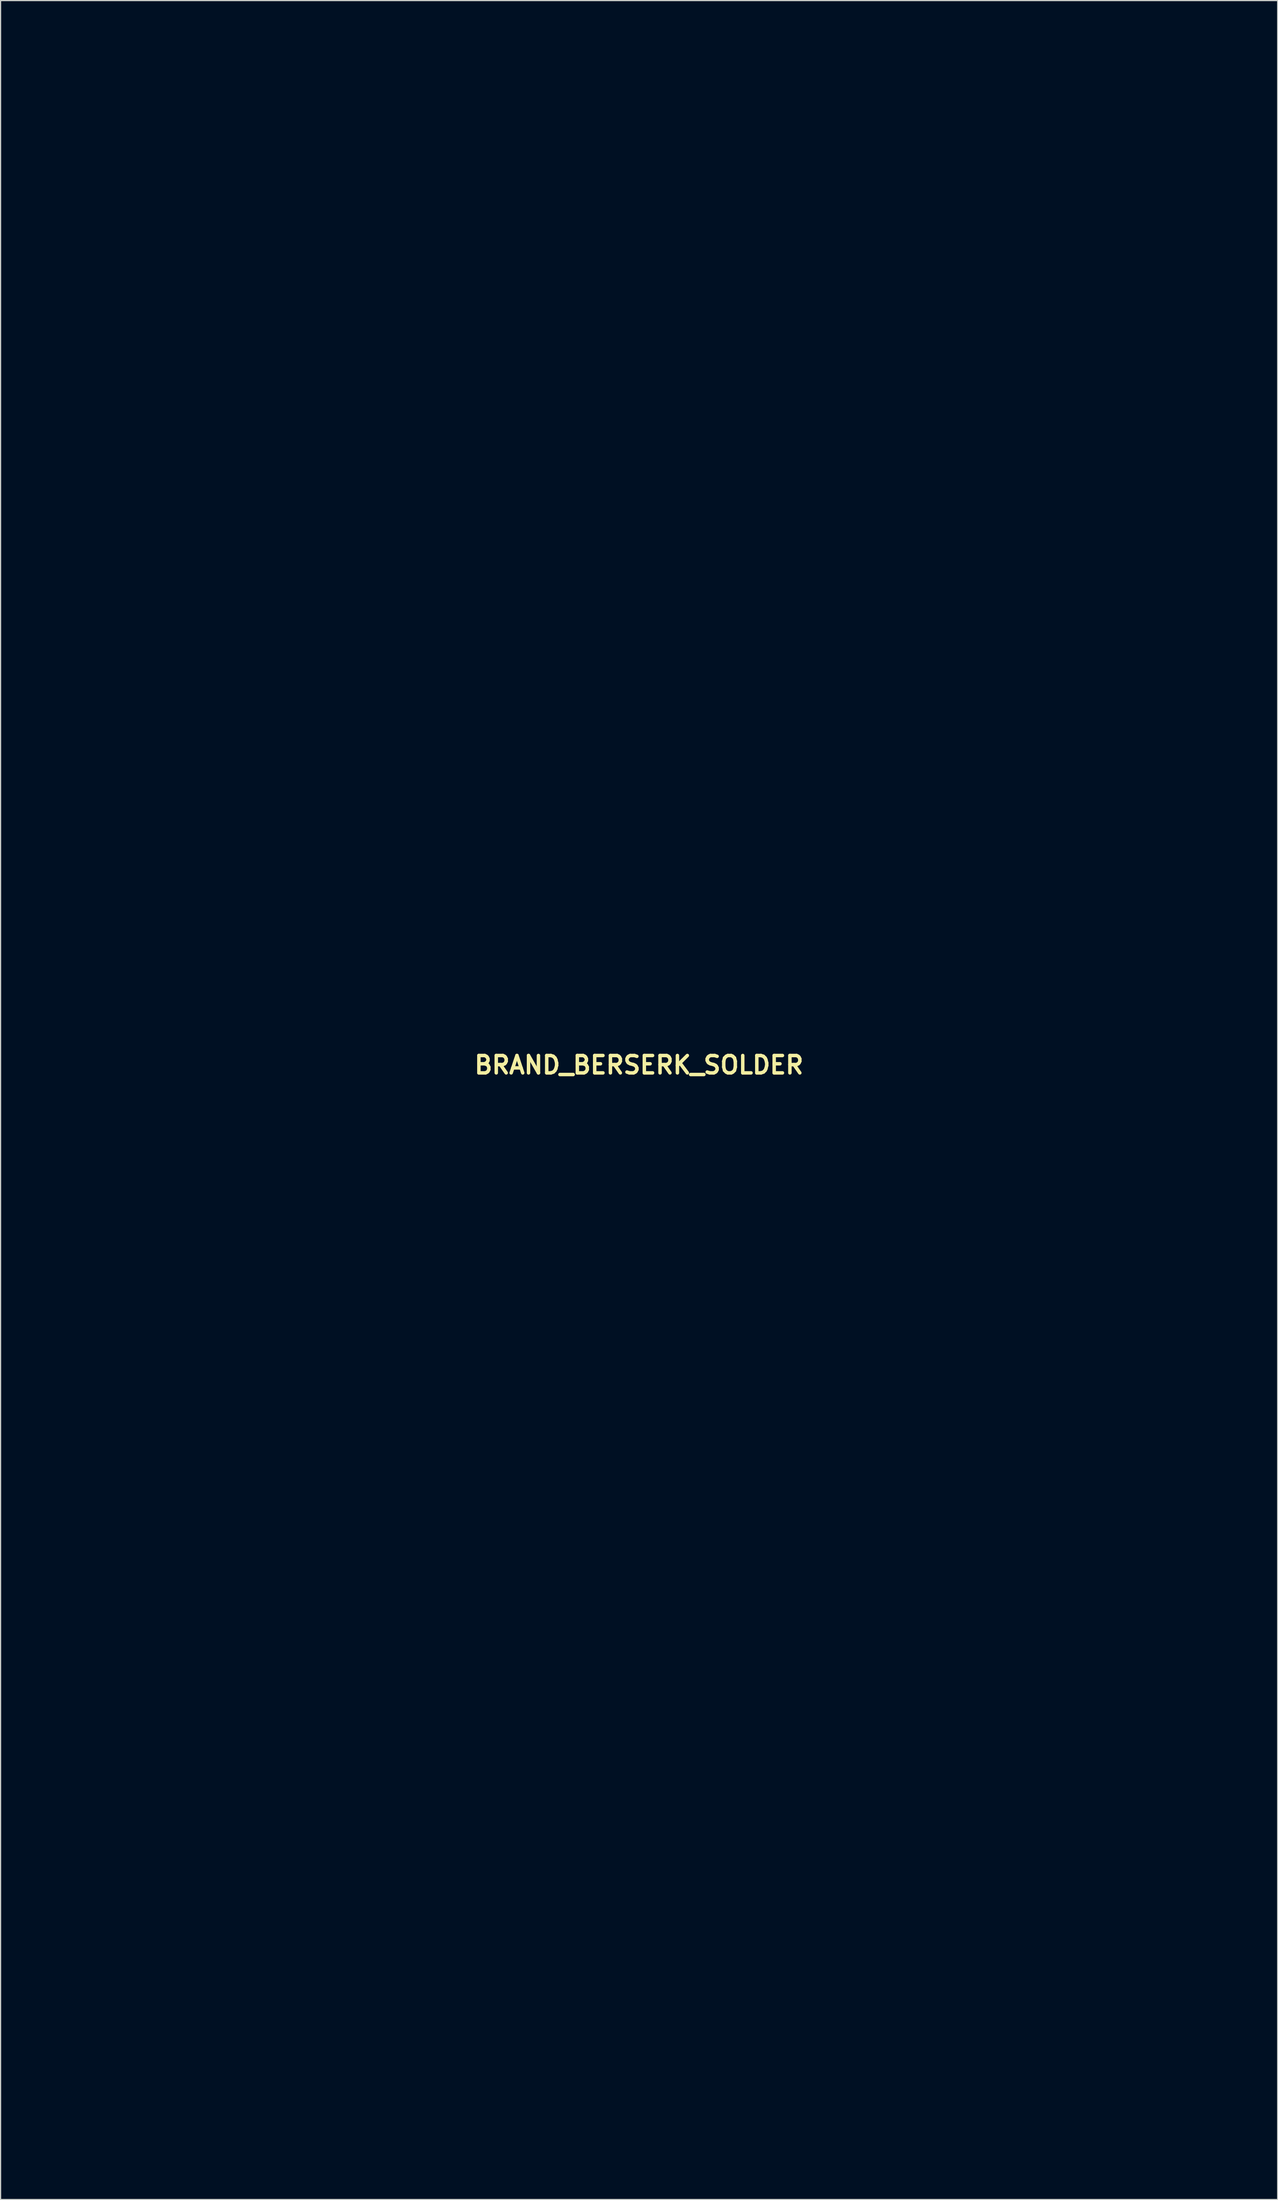
<source format=kicad_pcb>
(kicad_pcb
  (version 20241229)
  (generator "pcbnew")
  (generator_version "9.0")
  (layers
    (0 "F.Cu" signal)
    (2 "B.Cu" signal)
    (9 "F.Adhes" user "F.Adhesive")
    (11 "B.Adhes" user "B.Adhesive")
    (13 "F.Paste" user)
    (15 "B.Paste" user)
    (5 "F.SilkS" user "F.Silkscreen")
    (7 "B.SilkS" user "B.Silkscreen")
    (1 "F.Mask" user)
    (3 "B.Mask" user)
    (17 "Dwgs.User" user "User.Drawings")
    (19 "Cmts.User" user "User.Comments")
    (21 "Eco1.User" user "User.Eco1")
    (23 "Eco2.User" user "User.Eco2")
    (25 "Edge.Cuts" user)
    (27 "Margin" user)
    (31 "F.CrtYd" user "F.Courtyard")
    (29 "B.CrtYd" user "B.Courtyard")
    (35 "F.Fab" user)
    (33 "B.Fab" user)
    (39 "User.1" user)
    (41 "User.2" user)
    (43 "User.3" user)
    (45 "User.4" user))
  (footprint "BRAND_BERSERK_SOLDER"
    (layer "F.Cu")
    (at 52.127 88.858)
    (property "Reference" "BRAND_BERSERK_SOLDER" (at 0 0 0) (layer "F.SilkS") (effects (font (size 1.5 1.5) (thickness 0.3))))
    (attr board_only exclude_from_pos_files exclude_from_bom)
    (fp_poly (pts (xy 0.018 -88.719) (xy 0.071 -88.433) (xy 0.152 -88.016) (xy 0.257 -87.481) (xy 0.384 -86.843) (xy 0.53 -86.118) (xy 0.691 -85.32) (xy 0.864 -84.462) (xy 1.047 -83.561) (xy 1.237 -82.63) (xy 1.43 -81.685) (xy 1.624 -80.74) (xy 1.816 -79.809) (xy 2.002 -78.908) (xy 2.179 -78.051) (xy 2.345 -77.252) (xy 2.497 -76.527) (xy 2.631 -75.889) (xy 2.744 -75.354) (xy 2.834 -74.936) (xy 2.898 -74.65) (xy 2.932 -74.511) (xy 2.936 -74.5) (xy 3.023 -74.527) (xy 3.24 -74.641) (xy 3.575 -74.834) (xy 4.018 -75.099) (xy 4.555 -75.43) (xy 5.176 -75.82) (xy 5.87 -76.261) (xy 6.098 -76.407) (xy 6.746 -76.823) (xy 7.35 -77.207) (xy 7.894 -77.551) (xy 8.364 -77.846) (xy 8.745 -78.083) (xy 9.023 -78.252) (xy 9.182 -78.344) (xy 9.215 -78.358) (xy 9.183 -78.28) (xy 9.077 -78.065) (xy 8.905 -77.728) (xy 8.674 -77.28) (xy 8.39 -76.736) (xy 8.061 -76.108) (xy 7.693 -75.41) (xy 7.293 -74.654) (xy 6.906 -73.926) (xy 6.475 -73.114) (xy 6.065 -72.335) (xy 5.682 -71.603) (xy 5.334 -70.934) (xy 5.03 -70.343) (xy 4.776 -69.844) (xy 4.581 -69.452) (xy 4.452 -69.182) (xy 4.401 -69.062) (xy 4.291 -68.696) (xy 4.194 -68.287) (xy 4.16 -68.103) (xy 4.153 -67.965) (xy 4.148 -67.659) (xy 4.146 -67.186) (xy 4.147 -66.545) (xy 4.151 -65.739) (xy 4.157 -64.769) (xy 4.166 -63.634) (xy 4.178 -62.337) (xy 4.192 -60.877) (xy 4.209 -59.256) (xy 4.228 -57.475) (xy 4.25 -55.534) (xy 4.275 -53.435) (xy 4.302 -51.179) (xy 4.332 -48.765) (xy 4.364 -46.196) (xy 4.399 -43.473) (xy 4.437 -40.595) (xy 4.451 -39.497) (xy 4.48 -37.308) (xy 4.508 -35.153) (xy 4.536 -33.041) (xy 4.563 -30.977) (xy 4.589 -28.968) (xy 4.614 -27.021) (xy 4.638 -25.143) (xy 4.661 -23.34) (xy 4.683 -21.619) (xy 4.704 -19.986) (xy 4.723 -18.449) (xy 4.741 -17.014) (xy 4.757 -15.688) (xy 4.772 -14.477) (xy 4.785 -13.389) (xy 4.796 -12.429) (xy 4.806 -11.605) (xy 4.814 -10.923) (xy 4.819 -10.39) (xy 4.823 -10.013) (xy 4.824 -9.798) (xy 4.824 -9.793) (xy 4.828 -9.297) (xy 4.839 -8.867) (xy 4.854 -8.528) (xy 4.874 -8.306) (xy 4.896 -8.227) (xy 4.897 -8.227) (xy 4.963 -8.288) (xy 5.144 -8.463) (xy 5.435 -8.748) (xy 5.831 -9.137) (xy 6.327 -9.625) (xy 6.918 -10.207) (xy 7.599 -10.878) (xy 8.365 -11.633) (xy 9.21 -12.467) (xy 10.13 -13.375) (xy 11.12 -14.353) (xy 12.174 -15.394) (xy 13.287 -16.495) (xy 14.455 -17.65) (xy 15.672 -18.853) (xy 16.933 -20.101) (xy 18.233 -21.387) (xy 19.568 -22.708) (xy 20.304 -23.437) (xy 35.638 -38.618) (xy 35.438 -39.058) (xy 35.382 -39.176) (xy 35.255 -39.438) (xy 35.06 -39.839) (xy 34.802 -40.369) (xy 34.483 -41.023) (xy 34.108 -41.792) (xy 33.68 -42.67) (xy 33.202 -43.648) (xy 32.679 -44.721) (xy 32.113 -45.88) (xy 31.508 -47.118) (xy 30.867 -48.428) (xy 30.195 -49.802) (xy 29.495 -51.234) (xy 28.77 -52.716) (xy 28.025 -54.241) (xy 27.43 -55.457) (xy 26.474 -57.41) (xy 25.591 -59.216) (xy 24.776 -60.882) (xy 24.027 -62.412) (xy 23.342 -63.813) (xy 22.718 -65.089) (xy 22.153 -66.246) (xy 21.643 -67.291) (xy 21.185 -68.228) (xy 20.778 -69.063) (xy 20.419 -69.802) (xy 20.104 -70.45) (xy 19.832 -71.014) (xy 19.599 -71.497) (xy 19.402 -71.907) (xy 19.24 -72.248) (xy 19.109 -72.526) (xy 19.007 -72.748) (xy 18.931 -72.917) (xy 18.878 -73.041) (xy 18.846 -73.124) (xy 18.832 -73.172) (xy 18.833 -73.191) (xy 18.846 -73.186) (xy 18.87 -73.163) (xy 18.9 -73.128) (xy 18.935 -73.085) (xy 18.95 -73.067) (xy 19.025 -72.977) (xy 19.205 -72.763) (xy 19.484 -72.43) (xy 19.859 -71.984) (xy 20.324 -71.43) (xy 20.874 -70.774) (xy 21.507 -70.021) (xy 22.215 -69.177) (xy 22.996 -68.246) (xy 23.844 -67.236) (xy 24.756 -66.15) (xy 25.725 -64.995) (xy 26.748 -63.776) (xy 27.821 -62.498) (xy 28.938 -61.168) (xy 30.094 -59.79) (xy 31.286 -58.37) (xy 32.509 -56.913) (xy 33.517 -55.712) (xy 34.758 -54.233) (xy 35.971 -52.788) (xy 37.149 -51.383) (xy 38.29 -50.021) (xy 39.389 -48.71) (xy 40.441 -47.454) (xy 41.442 -46.259) (xy 42.386 -45.13) (xy 43.271 -44.073) (xy 44.091 -43.092) (xy 44.841 -42.193) (xy 45.518 -41.382) (xy 46.117 -40.664) (xy 46.632 -40.044) (xy 47.061 -39.527) (xy 47.398 -39.12) (xy 47.639 -38.827) (xy 47.779 -38.654) (xy 47.816 -38.605) (xy 47.754 -38.543) (xy 47.575 -38.367) (xy 47.284 -38.083) (xy 46.884 -37.693) (xy 46.38 -37.203) (xy 45.778 -36.617) (xy 45.08 -35.938) (xy 44.292 -35.173) (xy 43.418 -34.324) (xy 42.462 -33.395) (xy 41.43 -32.393) (xy 40.324 -31.32) (xy 39.151 -30.181) (xy 37.914 -28.98) (xy 36.618 -27.722) (xy 35.266 -26.411) (xy 33.865 -25.052) (xy 32.418 -23.648) (xy 30.929 -22.204) (xy 29.403 -20.724) (xy 27.845 -19.213) (xy 27.432 -18.813) (xy 25.866 -17.294) (xy 24.331 -15.806) (xy 22.832 -14.352) (xy 21.374 -12.936) (xy 19.96 -11.564) (xy 18.595 -10.24) (xy 17.284 -8.967) (xy 16.032 -7.75) (xy 14.841 -6.594) (xy 13.718 -5.503) (xy 12.666 -4.48) (xy 11.69 -3.531) (xy 10.794 -2.66) (xy 9.983 -1.871) (xy 9.262 -1.169) (xy 8.634 -0.557) (xy 8.104 -0.04) (xy 7.677 0.377) (xy 7.357 0.691) (xy 7.149 0.897) (xy 7.056 0.99) (xy 7.052 0.995) (xy 7.112 1.057) (xy 7.292 1.229) (xy 7.587 1.509) (xy 7.994 1.891) (xy 8.507 2.372) (xy 9.123 2.948) (xy 9.837 3.615) (xy 10.644 4.369) (xy 11.541 5.205) (xy 12.523 6.119) (xy 13.586 7.108) (xy 14.725 8.168) (xy 15.936 9.294) (xy 17.214 10.482) (xy 18.556 11.729) (xy 19.956 13.029) (xy 21.411 14.38) (xy 22.917 15.777) (xy 24.467 17.216) (xy 26.06 18.694) (xy 27.689 20.205) (xy 29.351 21.745) (xy 29.594 21.971) (xy 52.155 42.884) (xy 26.099 68.896) (xy 24.338 70.653) (xy 22.607 72.381) (xy 20.91 74.074) (xy 19.251 75.729) (xy 17.634 77.342) (xy 16.062 78.909) (xy 14.539 80.426) (xy 13.07 81.89) (xy 11.658 83.297) (xy 10.307 84.642) (xy 9.021 85.922) (xy 7.804 87.134) (xy 6.659 88.273) (xy 5.591 89.335) (xy 4.603 90.317) (xy 3.699 91.215) (xy 2.883 92.024) (xy 2.159 92.742) (xy 1.531 93.364) (xy 1.003 93.886) (xy 0.578 94.305) (xy 0.26 94.616) (xy 0.053 94.817) (xy -0.038 94.902) (xy -0.042 94.905) (xy -0.107 94.846) (xy -0.288 94.67) (xy -0.581 94.383) (xy -0.983 93.988) (xy -1.488 93.488) (xy -2.095 92.889) (xy -2.797 92.192) (xy -3.593 91.403) (xy -4.477 90.524) (xy -5.447 89.561) (xy -6.497 88.517) (xy -7.625 87.395) (xy -8.827 86.199) (xy -10.098 84.934) (xy -11.434 83.604) (xy -12.833 82.211) (xy -14.289 80.76) (xy -15.8 79.254) (xy -17.361 77.699) (xy -18.968 76.096) (xy -20.618 74.451) (xy -22.306 72.767) (xy -24.029 71.048) (xy -25.783 69.298) (xy -26.154 68.928) (xy -27.914 67.171) (xy -29.643 65.445) (xy -31.337 63.752) (xy -32.993 62.098) (xy -34.606 60.485) (xy -36.174 58.917) (xy -37.692 57.399) (xy -39.155 55.934) (xy -40.562 54.525) (xy -41.906 53.178) (xy -43.186 51.896) (xy -44.396 50.682) (xy -45.533 49.54) (xy -46.593 48.475) (xy -47.573 47.49) (xy -48.468 46.589) (xy -49.275 45.776) (xy -49.99 45.055) (xy -50.608 44.429) (xy -51.127 43.903) (xy -51.542 43.48) (xy -51.849 43.164) (xy -52.045 42.959) (xy -52.083 42.916) (xy -36.153 42.916) (xy -36.096 42.988) (xy -35.931 43.177) (xy -35.662 43.477) (xy -35.296 43.882) (xy -34.837 44.385) (xy -34.294 44.98) (xy -33.67 45.662) (xy -32.971 46.423) (xy -32.204 47.257) (xy -31.375 48.159) (xy -30.488 49.121) (xy -29.55 50.138) (xy -28.567 51.204) (xy -27.545 52.312) (xy -26.488 53.455) (xy -25.404 54.629) (xy -24.297 55.825) (xy -23.174 57.039) (xy -22.04 58.264) (xy -20.902 59.493) (xy -19.764 60.721) (xy -18.634 61.941) (xy -17.515 63.147) (xy -16.415 64.332) (xy -15.34 65.491) (xy -14.294 66.617) (xy -13.284 67.704) (xy -12.315 68.745) (xy -11.394 69.735) (xy -10.526 70.667) (xy -9.717 71.535) (xy -8.972 72.332) (xy -8.298 73.053) (xy -7.7 73.69) (xy -7.185 74.239) (xy -6.757 74.692) (xy -6.423 75.044) (xy -6.188 75.287) (xy -6.058 75.417) (xy -6.033 75.437) (xy -6.03 75.344) (xy -6.025 75.087) (xy -6.019 74.674) (xy -6.01 74.108) (xy -5.999 73.396) (xy -5.987 72.544) (xy -5.972 71.558) (xy -5.957 70.443) (xy -5.939 69.206) (xy -5.92 67.852) (xy -5.9 66.387) (xy -5.879 64.817) (xy -5.856 63.148) (xy -5.832 61.385) (xy -5.807 59.535) (xy -5.781 57.602) (xy -5.754 55.594) (xy -5.726 53.516) (xy -5.698 51.374) (xy -5.669 49.173) (xy -5.639 46.92) (xy -5.609 44.619) (xy -5.588 43.06) (xy -5.558 40.733) (xy -5.528 38.449) (xy -5.499 36.214) (xy -5.471 34.034) (xy -5.444 31.915) (xy -5.418 29.862) (xy -5.393 27.882) (xy -5.369 25.98) (xy -5.347 24.162) (xy -5.326 22.434) (xy -5.306 20.801) (xy -5.287 19.27) (xy -5.27 17.846) (xy -5.255 16.535) (xy -5.241 15.343) (xy -5.229 14.276) (xy -5.219 13.339) (xy -5.211 12.538) (xy -5.204 11.88) (xy -5.204 11.857) (xy 5.121 11.857) (xy 5.125 12.386) (xy 5.133 12.885) (xy 5.138 13.159) (xy 5.145 13.591) (xy 5.153 14.173) (xy 5.164 14.897) (xy 5.176 15.757) (xy 5.19 16.744) (xy 5.205 17.851) (xy 5.222 19.071) (xy 5.239 20.395) (xy 5.259 21.817) (xy 5.279 23.329) (xy 5.3 24.923) (xy 5.322 26.591) (xy 5.345 28.328) (xy 5.369 30.123) (xy 5.393 31.971) (xy 5.418 33.864) (xy 5.443 35.794) (xy 5.468 37.753) (xy 5.494 39.734) (xy 5.52 41.73) (xy 5.546 43.733) (xy 5.572 45.735) (xy 5.597 47.73) (xy 5.623 49.708) (xy 5.648 51.664) (xy 5.672 53.588) (xy 5.696 55.475) (xy 5.72 57.315) (xy 5.742 59.103) (xy 5.764 60.83) (xy 5.785 62.488) (xy 5.805 64.07) (xy 5.824 65.569) (xy 5.841 66.977) (xy 5.857 68.286) (xy 5.872 69.49) (xy 5.885 70.58) (xy 5.897 71.548) (xy 5.906 72.388) (xy 5.914 73.092) (xy 5.92 73.653) (xy 5.925 74.062) (xy 5.926 74.312) (xy 5.927 74.366) (xy 5.932 74.786) (xy 5.945 75.135) (xy 5.966 75.384) (xy 5.992 75.503) (xy 6.001 75.509) (xy 6.064 75.445) (xy 6.237 75.262) (xy 6.516 74.964) (xy 6.895 74.558) (xy 7.37 74.048) (xy 7.936 73.44) (xy 8.588 72.738) (xy 9.321 71.948) (xy 10.131 71.074) (xy 11.013 70.123) (xy 11.962 69.099) (xy 12.973 68.007) (xy 14.041 66.852) (xy 15.163 65.641) (xy 16.332 64.377) (xy 17.544 63.066) (xy 18.795 61.713) (xy 20.079 60.324) (xy 21.124 59.193) (xy 36.172 42.906) (xy 35.41 42.133) (xy 35.284 42.003) (xy 35.045 41.757) (xy 34.7 41.399) (xy 34.253 40.937) (xy 33.71 40.374) (xy 33.076 39.717) (xy 32.356 38.971) (xy 31.556 38.141) (xy 30.682 37.233) (xy 29.738 36.254) (xy 28.729 35.207) (xy 27.662 34.099) (xy 26.541 32.935) (xy 25.371 31.721) (xy 24.159 30.462) (xy 22.909 29.163) (xy 21.626 27.831) (xy 20.316 26.471) (xy 19.938 26.077) (xy 18.631 24.72) (xy 17.355 23.395) (xy 16.114 22.107) (xy 14.914 20.862) (xy 13.76 19.664) (xy 12.656 18.519) (xy 11.608 17.432) (xy 10.62 16.408) (xy 9.698 15.452) (xy 8.846 14.57) (xy 8.07 13.766) (xy 7.374 13.047) (xy 6.764 12.416) (xy 6.244 11.879) (xy 5.82 11.442) (xy 5.496 11.109) (xy 5.278 10.887) (xy 5.17 10.778) (xy 5.159 10.769) (xy 5.142 10.842) (xy 5.13 11.063) (xy 5.123 11.408) (xy 5.121 11.857) (xy -5.204 11.857) (xy -5.2 11.369) (xy -5.197 11.013) (xy -5.197 10.816) (xy -5.198 10.776) (xy -5.259 10.832) (xy -5.432 11.005) (xy -5.71 11.287) (xy -6.087 11.674) (xy -6.558 12.157) (xy -7.117 12.733) (xy -7.758 13.393) (xy -8.475 14.133) (xy -9.261 14.946) (xy -10.112 15.826) (xy -11.021 16.766) (xy -11.983 17.762) (xy -12.99 18.805) (xy -14.039 19.891) (xy -15.121 21.014) (xy -16.233 22.166) (xy -17.367 23.343) (xy -18.518 24.537) (xy -19.68 25.743) (xy -20.847 26.955) (xy -22.013 28.166) (xy -23.173 29.371) (xy -24.32 30.562) (xy -25.448 31.735) (xy -26.551 32.882) (xy -27.625 33.999) (xy -28.662 35.078) (xy -29.656 36.113) (xy -30.603 37.099) (xy -31.495 38.029) (xy -32.328 38.897) (xy -33.095 39.698) (xy -33.79 40.424) (xy -34.407 41.069) (xy -34.941 41.629) (xy -35.385 42.095) (xy -35.734 42.464) (xy -35.981 42.727) (xy -36.121 42.879) (xy -36.153 42.916) (xy -52.083 42.916) (xy -52.125 42.87) (xy -52.127 42.866) (xy -52.062 42.802) (xy -51.877 42.628) (xy -51.576 42.346) (xy -51.165 41.962) (xy -50.647 41.479) (xy -50.026 40.901) (xy -49.308 40.232) (xy -48.496 39.476) (xy -47.595 38.638) (xy -46.609 37.722) (xy -45.543 36.731) (xy -44.402 35.67) (xy -43.188 34.542) (xy -41.907 33.353) (xy -40.564 32.105) (xy -39.162 30.803) (xy -37.706 29.451) (xy -36.2 28.053) (xy -34.649 26.613) (xy -33.057 25.136) (xy -31.429 23.625) (xy -29.768 22.084) (xy -29.593 21.921) (xy -27.93 20.378) (xy -26.298 18.864) (xy -24.703 17.384) (xy -23.149 15.941) (xy -21.64 14.539) (xy -20.18 13.183) (xy -18.775 11.877) (xy -17.427 10.625) (xy -16.142 9.43) (xy -14.923 8.297) (xy -13.776 7.23) (xy -12.705 6.233) (xy -11.714 5.311) (xy -10.807 4.466) (xy -9.988 3.703) (xy -9.263 3.027) (xy -8.636 2.441) (xy -8.11 1.949) (xy -7.69 1.556) (xy -7.381 1.265) (xy -7.187 1.081) (xy -7.113 1.008) (xy -7.112 1.007) (xy -7.172 0.944) (xy -7.349 0.768) (xy -7.639 0.482) (xy -8.037 0.092) (xy -8.539 -0.399) (xy -9.141 -0.986) (xy -9.837 -1.665) (xy -10.624 -2.431) (xy -11.497 -3.281) (xy -12.451 -4.21) (xy -13.483 -5.214) (xy -14.587 -6.287) (xy -15.76 -7.427) (xy -16.997 -8.629) (xy -18.292 -9.887) (xy -19.643 -11.199) (xy -21.045 -12.56) (xy -22.492 -13.965) (xy -23.981 -15.41) (xy -25.507 -16.891) (xy -27.066 -18.403) (xy -27.52 -18.842) (xy -47.927 -38.633) (xy -47.766 -38.811) (xy -47.698 -38.891) (xy -47.526 -39.095) (xy -47.254 -39.417) (xy -46.888 -39.854) (xy -46.43 -40.398) (xy -45.887 -41.044) (xy -45.263 -41.788) (xy -44.561 -42.623) (xy -43.788 -43.545) (xy -42.947 -44.547) (xy -42.042 -45.624) (xy -41.08 -46.771) (xy -40.063 -47.982) (xy -38.997 -49.253) (xy -37.887 -50.576) (xy -36.736 -51.948) (xy -35.55 -53.362) (xy -34.332 -54.813) (xy -33.402 -55.922) (xy -31.889 -57.727) (xy -30.48 -59.406) (xy -29.173 -60.964) (xy -27.964 -62.404) (xy -26.85 -63.732) (xy -25.826 -64.952) (xy -24.889 -66.067) (xy -24.036 -67.082) (xy -23.263 -68.002) (xy -22.566 -68.83) (xy -21.942 -69.571) (xy -21.387 -70.229) (xy -20.898 -70.808) (xy -20.47 -71.314) (xy -20.101 -71.748) (xy -19.787 -72.117) (xy -19.523 -72.425) (xy -19.308 -72.675) (xy -19.136 -72.872) (xy -19.005 -73.02) (xy -18.91 -73.124) (xy -18.849 -73.187) (xy -18.817 -73.214) (xy -18.811 -73.21) (xy -18.819 -73.194) (xy -18.867 -73.097) (xy -18.986 -72.857) (xy -19.169 -72.482) (xy -19.415 -71.981) (xy -19.718 -71.362) (xy -20.075 -70.633) (xy -20.481 -69.802) (xy -20.933 -68.879) (xy -21.426 -67.87) (xy -21.956 -66.784) (xy -22.52 -65.631) (xy -23.113 -64.416) (xy -23.732 -63.15) (xy -24.371 -61.841) (xy -25.028 -60.496) (xy -25.698 -59.123) (xy -26.377 -57.732) (xy -27.062 -56.331) (xy -27.747 -54.927) (xy -28.43 -53.529) (xy -29.105 -52.145) (xy -29.77 -50.783) (xy -30.419 -49.453) (xy -31.049 -48.161) (xy -31.657 -46.916) (xy -32.237 -45.727) (xy -32.785 -44.602) (xy -33.299 -43.549) (xy -33.773 -42.576) (xy -34.204 -41.692) (xy -34.588 -40.905) (xy -34.92 -40.222) (xy -35.197 -39.653) (xy -35.414 -39.206) (xy -35.568 -38.889) (xy -35.655 -38.71) (xy -35.673 -38.671) (xy -35.615 -38.606) (xy -35.441 -38.428) (xy -35.157 -38.141) (xy -34.768 -37.749) (xy -34.279 -37.259) (xy -33.694 -36.674) (xy -33.019 -36.001) (xy -32.259 -35.244) (xy -31.419 -34.407) (xy -30.504 -33.497) (xy -29.519 -32.518) (xy -28.469 -31.475) (xy -27.358 -30.374) (xy -26.193 -29.218) (xy -24.978 -28.013) (xy -23.719 -26.765) (xy -22.419 -25.478) (xy -21.085 -24.157) (xy -20.32 -23.4) (xy -18.969 -22.063) (xy -17.649 -20.759) (xy -16.367 -19.492) (xy -15.126 -18.268) (xy -13.931 -17.09) (xy -12.789 -15.965) (xy -11.703 -14.896) (xy -10.679 -13.89) (xy -9.722 -12.95) (xy -8.837 -12.082) (xy -8.029 -11.292) (xy -7.303 -10.583) (xy -6.664 -9.96) (xy -6.118 -9.429) (xy -5.668 -8.995) (xy -5.321 -8.663) (xy -5.081 -8.437) (xy -4.953 -8.322) (xy -4.932 -8.309) (xy -4.928 -8.412) (xy -4.922 -8.677) (xy -4.913 -9.097) (xy -4.903 -9.664) (xy -4.892 -10.37) (xy -4.879 -11.209) (xy -4.864 -12.172) (xy -4.849 -13.253) (xy -4.832 -14.443) (xy -4.814 -15.736) (xy -4.794 -17.124) (xy -4.774 -18.599) (xy -4.753 -20.155) (xy -4.732 -21.783) (xy -4.709 -23.476) (xy -4.686 -25.228) (xy -4.663 -27.029) (xy -4.639 -28.874) (xy -4.615 -30.754) (xy -4.59 -32.662) (xy -4.566 -34.591) (xy -4.541 -36.534) (xy -4.517 -38.481) (xy -4.492 -40.428) (xy -4.468 -42.365) (xy -4.445 -44.286) (xy -4.421 -46.183) (xy -4.399 -48.048) (xy -4.377 -49.875) (xy -4.355 -51.655) (xy -4.335 -53.382) (xy -4.315 -55.048) (xy -4.297 -56.645) (xy -4.279 -58.166) (xy -4.263 -59.604) (xy -4.248 -60.951) (xy -4.234 -62.199) (xy -4.222 -63.342) (xy -4.211 -64.372) (xy -4.202 -65.281) (xy -4.195 -66.062) (xy -4.19 -66.708) (xy -4.186 -67.211) (xy -4.185 -67.564) (xy -4.186 -67.759) (xy -4.187 -67.795) (xy -4.242 -68.169) (xy -4.333 -68.596) (xy -4.414 -68.896) (xy -4.485 -69.071) (xy -4.629 -69.382) (xy -4.838 -69.812) (xy -5.106 -70.348) (xy -5.424 -70.975) (xy -5.786 -71.679) (xy -6.183 -72.445) (xy -6.608 -73.258) (xy -7.053 -74.105) (xy -7.512 -74.971) (xy -7.976 -75.841) (xy -8.439 -76.702) (xy -8.892 -77.537) (xy -9.076 -77.875) (xy -9.413 -78.492) (xy -8.749 -78.069) (xy -8.518 -77.922) (xy -8.166 -77.696) (xy -7.717 -77.408) (xy -7.192 -77.071) (xy -6.614 -76.7) (xy -6.005 -76.309) (xy -5.588 -76.041) (xy -4.831 -75.557) (xy -4.201 -75.164) (xy -3.702 -74.862) (xy -3.334 -74.653) (xy -3.101 -74.537) (xy -3.006 -74.517) (xy -2.976 -74.61) (xy -2.917 -74.858) (xy -2.829 -75.247) (xy -2.715 -75.766) (xy -2.578 -76.402) (xy -2.421 -77.144) (xy -2.246 -77.979) (xy -2.056 -78.895) (xy -1.853 -79.879) (xy -1.64 -80.921) (xy -1.468 -81.771) (xy -1.25 -82.844) (xy -1.042 -83.866) (xy -0.846 -84.826) (xy -0.664 -85.712) (xy -0.5 -86.512) (xy -0.355 -87.215) (xy -0.232 -87.808) (xy -0.133 -88.28) (xy -0.06 -88.619) (xy -0.017 -88.814) (xy -0.005 -88.858)) (stroke (width 0) (type solid)) (fill yes) (layer "F.Mask")))
  (gr_rect
    (start -3 -3)
    (end 107.283 186.763)
    (stroke (width 0.1) (type default))
    (fill no)
    (layer "Edge.Cuts")))
</source>
